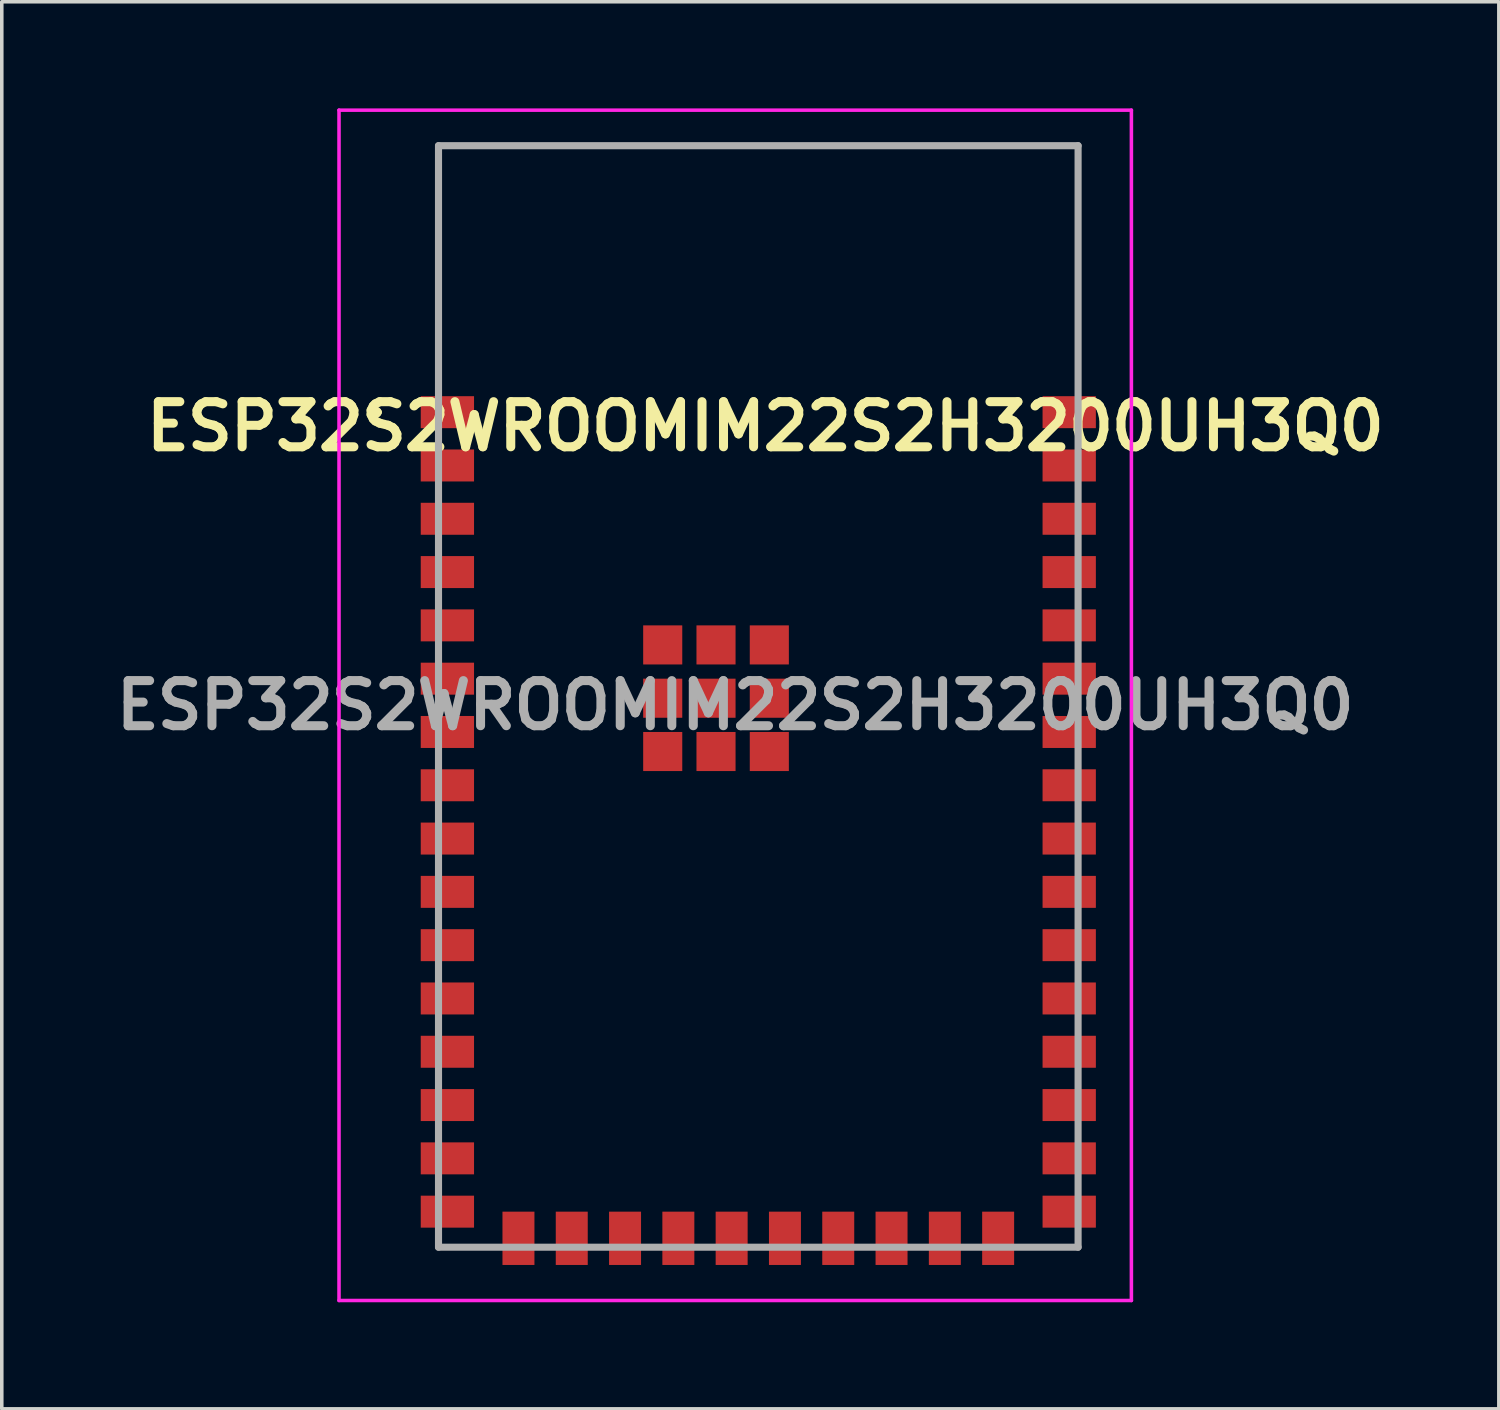
<source format=kicad_pcb>
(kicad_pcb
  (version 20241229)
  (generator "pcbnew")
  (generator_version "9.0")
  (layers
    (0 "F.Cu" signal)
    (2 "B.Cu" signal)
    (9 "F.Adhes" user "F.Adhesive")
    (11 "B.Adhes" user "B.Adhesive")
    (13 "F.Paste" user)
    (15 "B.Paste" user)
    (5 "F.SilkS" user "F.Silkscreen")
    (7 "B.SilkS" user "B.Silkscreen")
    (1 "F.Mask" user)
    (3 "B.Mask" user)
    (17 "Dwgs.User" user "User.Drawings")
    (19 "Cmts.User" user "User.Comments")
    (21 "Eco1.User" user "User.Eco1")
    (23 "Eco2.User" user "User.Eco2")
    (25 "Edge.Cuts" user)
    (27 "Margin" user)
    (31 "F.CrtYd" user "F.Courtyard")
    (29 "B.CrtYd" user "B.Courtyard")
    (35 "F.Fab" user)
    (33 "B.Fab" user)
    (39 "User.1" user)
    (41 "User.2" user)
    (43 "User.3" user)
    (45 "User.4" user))
  (footprint "ESP32S2WROOMIM22S2H3200UH3Q0"
    (layer "F.Cu")
    (at 18.291 16.55)
    (property "Reference" "ESP32S2WROOMIM22S2H3200UH3Q0" (at 0.2 -7.6 0) (layer "F.SilkS") (effects (font (size 1.27 1.27) (thickness 0.254))))
    (attr smd)
    (fp_line (start -10.8 -8) (end -10.8 -8) (stroke (width 0.2) (type solid)) (layer "F.SilkS"))
    (fp_line (start -10.8 -8) (end -10.8 -8) (stroke (width 0.2) (type solid)) (layer "F.SilkS"))
    (fp_line (start -10.7 -8) (end -10.7 -8) (stroke (width 0.2) (type solid)) (layer "F.SilkS"))
    (fp_line (start -9 -15.5) (end -9 -15.5) (stroke (width 0.1) (type solid)) (layer "F.SilkS"))
    (fp_line (start -9 -15.5) (end -9 -15.5) (stroke (width 0.1) (type solid)) (layer "F.SilkS"))
    (fp_line (start -9 -15.5) (end -9 -9) (stroke (width 0.1) (type solid)) (layer "F.SilkS"))
    (fp_line (start -9 -15.5) (end 9 -15.5) (stroke (width 0.1) (type solid)) (layer "F.SilkS"))
    (fp_line (start -9 -9) (end -9 -15.5) (stroke (width 0.1) (type solid)) (layer "F.SilkS"))
    (fp_line (start -9 -9) (end -9 -9) (stroke (width 0.1) (type solid)) (layer "F.SilkS"))
    (fp_line (start 9 -15.5) (end -9 -15.5) (stroke (width 0.1) (type solid)) (layer "F.SilkS"))
    (fp_line (start 9 -15.5) (end 9 -15.5) (stroke (width 0.1) (type solid)) (layer "F.SilkS"))
    (fp_line (start 9 -15.5) (end 9 -15.5) (stroke (width 0.1) (type solid)) (layer "F.SilkS"))
    (fp_line (start 9 -15.5) (end 9 -9) (stroke (width 0.1) (type solid)) (layer "F.SilkS"))
    (fp_line (start 9 -9) (end 9 -15.5) (stroke (width 0.1) (type solid)) (layer "F.SilkS"))
    (fp_line (start 9 -9) (end 9 -9) (stroke (width 0.1) (type solid)) (layer "F.SilkS"))
    (fp_arc (start -10.8 -8) (mid -10.75 -8.05) (end -10.7 -8) (stroke (width 0.2) (type solid)) (layer "F.SilkS"))
    (fp_arc (start -10.7 -8) (mid -10.75 -7.95) (end -10.8 -8) (stroke (width 0.2) (type solid)) (layer "F.SilkS"))
    (fp_arc (start -10.7 -8) (mid -10.75 -7.95) (end -10.8 -8) (stroke (width 0.2) (type solid)) (layer "F.SilkS"))
    (fp_line (start -11.8 -16.5) (end 10.5 -16.5) (stroke (width 0.1) (type solid)) (layer "F.CrtYd"))
    (fp_line (start -11.8 17) (end -11.8 -16.5) (stroke (width 0.1) (type solid)) (layer "F.CrtYd"))
    (fp_line (start 10.5 -16.5) (end 10.5 17) (stroke (width 0.1) (type solid)) (layer "F.CrtYd"))
    (fp_line (start 10.5 17) (end -11.8 17) (stroke (width 0.1) (type solid)) (layer "F.CrtYd"))
    (fp_line (start -9 -15.5) (end -9 15.5) (stroke (width 0.2) (type solid)) (layer "F.Fab"))
    (fp_line (start -9 15.5) (end 9 15.5) (stroke (width 0.2) (type solid)) (layer "F.Fab"))
    (fp_line (start 9 -15.5) (end -9 -15.5) (stroke (width 0.2) (type solid)) (layer "F.Fab"))
    (fp_line (start 9 15.5) (end 9 -15.5) (stroke (width 0.2) (type solid)) (layer "F.Fab"))
    (fp_text user "${REFERENCE}" (at -0.65 0.25 0) (layer "F.Fab") (effects (font (size 1.27 1.27) (thickness 0.254))))
    (pad "1" smd rect (at -8.75 -8 90) (size 0.9 1.5) (layers "F.Cu" "F.Mask" "F.Paste"))
    (pad "2" smd rect (at -8.75 -6.5 90) (size 0.9 1.5) (layers "F.Cu" "F.Mask" "F.Paste"))
    (pad "3" smd rect (at -8.75 -5 90) (size 0.9 1.5) (layers "F.Cu" "F.Mask" "F.Paste"))
    (pad "4" smd rect (at -8.75 -3.5 90) (size 0.9 1.5) (layers "F.Cu" "F.Mask" "F.Paste"))
    (pad "5" smd rect (at -8.75 -2 90) (size 0.9 1.5) (layers "F.Cu" "F.Mask" "F.Paste"))
    (pad "6" smd rect (at -8.75 -0.5 90) (size 0.9 1.5) (layers "F.Cu" "F.Mask" "F.Paste"))
    (pad "7" smd rect (at -8.75 1 90) (size 0.9 1.5) (layers "F.Cu" "F.Mask" "F.Paste"))
    (pad "8" smd rect (at -8.75 2.5 90) (size 0.9 1.5) (layers "F.Cu" "F.Mask" "F.Paste"))
    (pad "9" smd rect (at -8.75 4 90) (size 0.9 1.5) (layers "F.Cu" "F.Mask" "F.Paste"))
    (pad "10" smd rect (at -8.75 5.5 90) (size 0.9 1.5) (layers "F.Cu" "F.Mask" "F.Paste"))
    (pad "11" smd rect (at -8.75 7 90) (size 0.9 1.5) (layers "F.Cu" "F.Mask" "F.Paste"))
    (pad "12" smd rect (at -8.75 8.5 90) (size 0.9 1.5) (layers "F.Cu" "F.Mask" "F.Paste"))
    (pad "13" smd rect (at -8.75 10 90) (size 0.9 1.5) (layers "F.Cu" "F.Mask" "F.Paste"))
    (pad "14" smd rect (at -8.75 11.5 90) (size 0.9 1.5) (layers "F.Cu" "F.Mask" "F.Paste"))
    (pad "15" smd rect (at -8.75 13 90) (size 0.9 1.5) (layers "F.Cu" "F.Mask" "F.Paste"))
    (pad "16" smd rect (at -8.75 14.5 90) (size 0.9 1.5) (layers "F.Cu" "F.Mask" "F.Paste"))
    (pad "17" smd rect (at -6.75 15.25) (size 0.9 1.5) (layers "F.Cu" "F.Mask" "F.Paste"))
    (pad "18" smd rect (at -5.25 15.25) (size 0.9 1.5) (layers "F.Cu" "F.Mask" "F.Paste"))
    (pad "19" smd rect (at -3.75 15.25) (size 0.9 1.5) (layers "F.Cu" "F.Mask" "F.Paste"))
    (pad "20" smd rect (at -2.25 15.25) (size 0.9 1.5) (layers "F.Cu" "F.Mask" "F.Paste"))
    (pad "21" smd rect (at -0.75 15.25) (size 0.9 1.5) (layers "F.Cu" "F.Mask" "F.Paste"))
    (pad "22" smd rect (at 0.75 15.25) (size 0.9 1.5) (layers "F.Cu" "F.Mask" "F.Paste"))
    (pad "23" smd rect (at 2.25 15.25) (size 0.9 1.5) (layers "F.Cu" "F.Mask" "F.Paste"))
    (pad "24" smd rect (at 3.75 15.25) (size 0.9 1.5) (layers "F.Cu" "F.Mask" "F.Paste"))
    (pad "25" smd rect (at 5.25 15.25) (size 0.9 1.5) (layers "F.Cu" "F.Mask" "F.Paste"))
    (pad "26" smd rect (at 6.75 15.25) (size 0.9 1.5) (layers "F.Cu" "F.Mask" "F.Paste"))
    (pad "27" smd rect (at 8.75 14.5 90) (size 0.9 1.5) (layers "F.Cu" "F.Mask" "F.Paste"))
    (pad "28" smd rect (at 8.75 13 90) (size 0.9 1.5) (layers "F.Cu" "F.Mask" "F.Paste"))
    (pad "29" smd rect (at 8.75 11.5 90) (size 0.9 1.5) (layers "F.Cu" "F.Mask" "F.Paste"))
    (pad "30" smd rect (at 8.75 10 90) (size 0.9 1.5) (layers "F.Cu" "F.Mask" "F.Paste"))
    (pad "31" smd rect (at 8.75 8.5 90) (size 0.9 1.5) (layers "F.Cu" "F.Mask" "F.Paste"))
    (pad "32" smd rect (at 8.75 7 90) (size 0.9 1.5) (layers "F.Cu" "F.Mask" "F.Paste"))
    (pad "33" smd rect (at 8.75 5.5 90) (size 0.9 1.5) (layers "F.Cu" "F.Mask" "F.Paste"))
    (pad "34" smd rect (at 8.75 4 90) (size 0.9 1.5) (layers "F.Cu" "F.Mask" "F.Paste"))
    (pad "35" smd rect (at 8.75 2.5 90) (size 0.9 1.5) (layers "F.Cu" "F.Mask" "F.Paste"))
    (pad "36" smd rect (at 8.75 1 90) (size 0.9 1.5) (layers "F.Cu" "F.Mask" "F.Paste"))
    (pad "37" smd rect (at 8.75 -0.5 90) (size 0.9 1.5) (layers "F.Cu" "F.Mask" "F.Paste"))
    (pad "38" smd rect (at 8.75 -2 90) (size 0.9 1.5) (layers "F.Cu" "F.Mask" "F.Paste"))
    (pad "39" smd rect (at 8.75 -3.5 90) (size 0.9 1.5) (layers "F.Cu" "F.Mask" "F.Paste"))
    (pad "40" smd rect (at 8.75 -5 90) (size 0.9 1.5) (layers "F.Cu" "F.Mask" "F.Paste"))
    (pad "41" smd rect (at 8.75 -6.5 90) (size 0.9 1.5) (layers "F.Cu" "F.Mask" "F.Paste"))
    (pad "42" smd rect (at 8.75 -8 90) (size 0.9 1.5) (layers "F.Cu" "F.Mask" "F.Paste"))
    (pad "43" smd rect (at -1.19 0.05 90) (size 1.1 1.1) (layers "F.Cu" "F.Mask" "F.Paste"))
    (pad "44" smd rect (at -1.19 1.55 90) (size 1.1 1.1) (layers "F.Cu" "F.Mask" "F.Paste"))
    (pad "45" smd rect (at 0.31 1.55 90) (size 1.1 1.1) (layers "F.Cu" "F.Mask" "F.Paste"))
    (pad "46" smd rect (at 0.31 0.05 90) (size 1.1 1.1) (layers "F.Cu" "F.Mask" "F.Paste"))
    (pad "47" smd rect (at 0.31 -1.45 90) (size 1.1 1.1) (layers "F.Cu" "F.Mask" "F.Paste"))
    (pad "48" smd rect (at -1.19 -1.45 90) (size 1.1 1.1) (layers "F.Cu" "F.Mask" "F.Paste"))
    (pad "49" smd rect (at -2.69 -1.45 90) (size 1.1 1.1) (layers "F.Cu" "F.Mask" "F.Paste"))
    (pad "50" smd rect (at -2.69 0.05 90) (size 1.1 1.1) (layers "F.Cu" "F.Mask" "F.Paste"))
    (pad "51" smd rect (at -2.69 1.55 90) (size 1.1 1.1) (layers "F.Cu" "F.Mask" "F.Paste")))
  (gr_rect
    (start -3 -3)
    (end 39.132 36.6)
    (stroke (width 0.1) (type default))
    (fill no)
    (layer "Edge.Cuts")))
</source>
